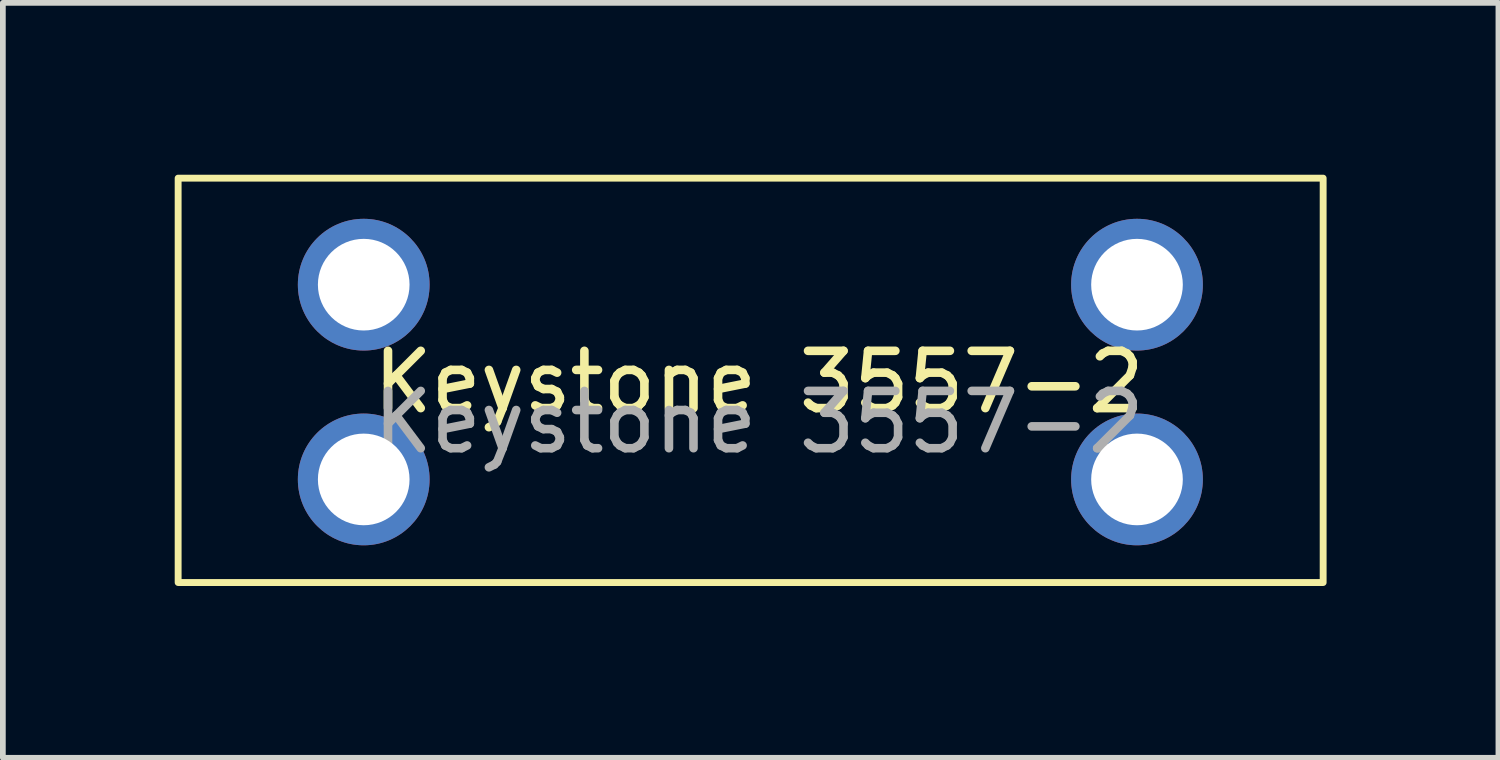
<source format=kicad_pcb>
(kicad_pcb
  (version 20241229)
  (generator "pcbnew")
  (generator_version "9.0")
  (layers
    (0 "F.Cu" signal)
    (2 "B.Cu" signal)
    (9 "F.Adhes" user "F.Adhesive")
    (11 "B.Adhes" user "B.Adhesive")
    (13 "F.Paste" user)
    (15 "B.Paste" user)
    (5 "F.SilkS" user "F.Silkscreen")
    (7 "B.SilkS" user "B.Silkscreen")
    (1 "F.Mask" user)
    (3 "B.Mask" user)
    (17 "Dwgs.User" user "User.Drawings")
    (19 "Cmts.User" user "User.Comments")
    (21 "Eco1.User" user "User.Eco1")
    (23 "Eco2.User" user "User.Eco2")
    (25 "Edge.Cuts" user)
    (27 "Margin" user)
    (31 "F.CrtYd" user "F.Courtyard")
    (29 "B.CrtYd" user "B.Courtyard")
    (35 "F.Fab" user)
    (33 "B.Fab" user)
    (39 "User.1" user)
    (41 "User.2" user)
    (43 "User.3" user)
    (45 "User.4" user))
  (footprint "Keystone 3557-2"
    (layer "F.Cu")
    (at 3.3 1.92)
    (property "Reference" "Keystone 3557-2" (at 6.9 1.7 0) (unlocked yes) (layer "F.SilkS") (effects (font (size 1 1) (thickness 0.15))))
    (attr through_hole)
    (fp_rect (start -3.24 -1.86) (end 16.75 5.2) (stroke (width 0.12) (type default)) (fill no) (layer "F.SilkS"))
    (fp_text user "${REFERENCE}" (at 6.9 2.4 0) (unlocked yes) (layer "F.Fab") (effects (font (size 1 1) (thickness 0.15))))
    (pad "1" thru_hole circle (at 0 0) (size 2.3 2.3) (drill 1.6) (layers "*.Cu" "*.Mask"))
    (pad "1" thru_hole circle (at 0 3.4) (size 2.3 2.3) (drill 1.6) (layers "*.Cu" "*.Mask"))
    (pad "2" thru_hole circle (at 13.5 0) (size 2.3 2.3) (drill 1.6) (layers "*.Cu" "*.Mask"))
    (pad "2" thru_hole circle (at 13.5 3.4) (size 2.3 2.3) (drill 1.6) (layers "*.Cu" "*.Mask")))
  (gr_rect
    (start -3 -3)
    (end 23.11 10.18)
    (stroke (width 0.1) (type default))
    (fill no)
    (layer "Edge.Cuts")))
</source>
